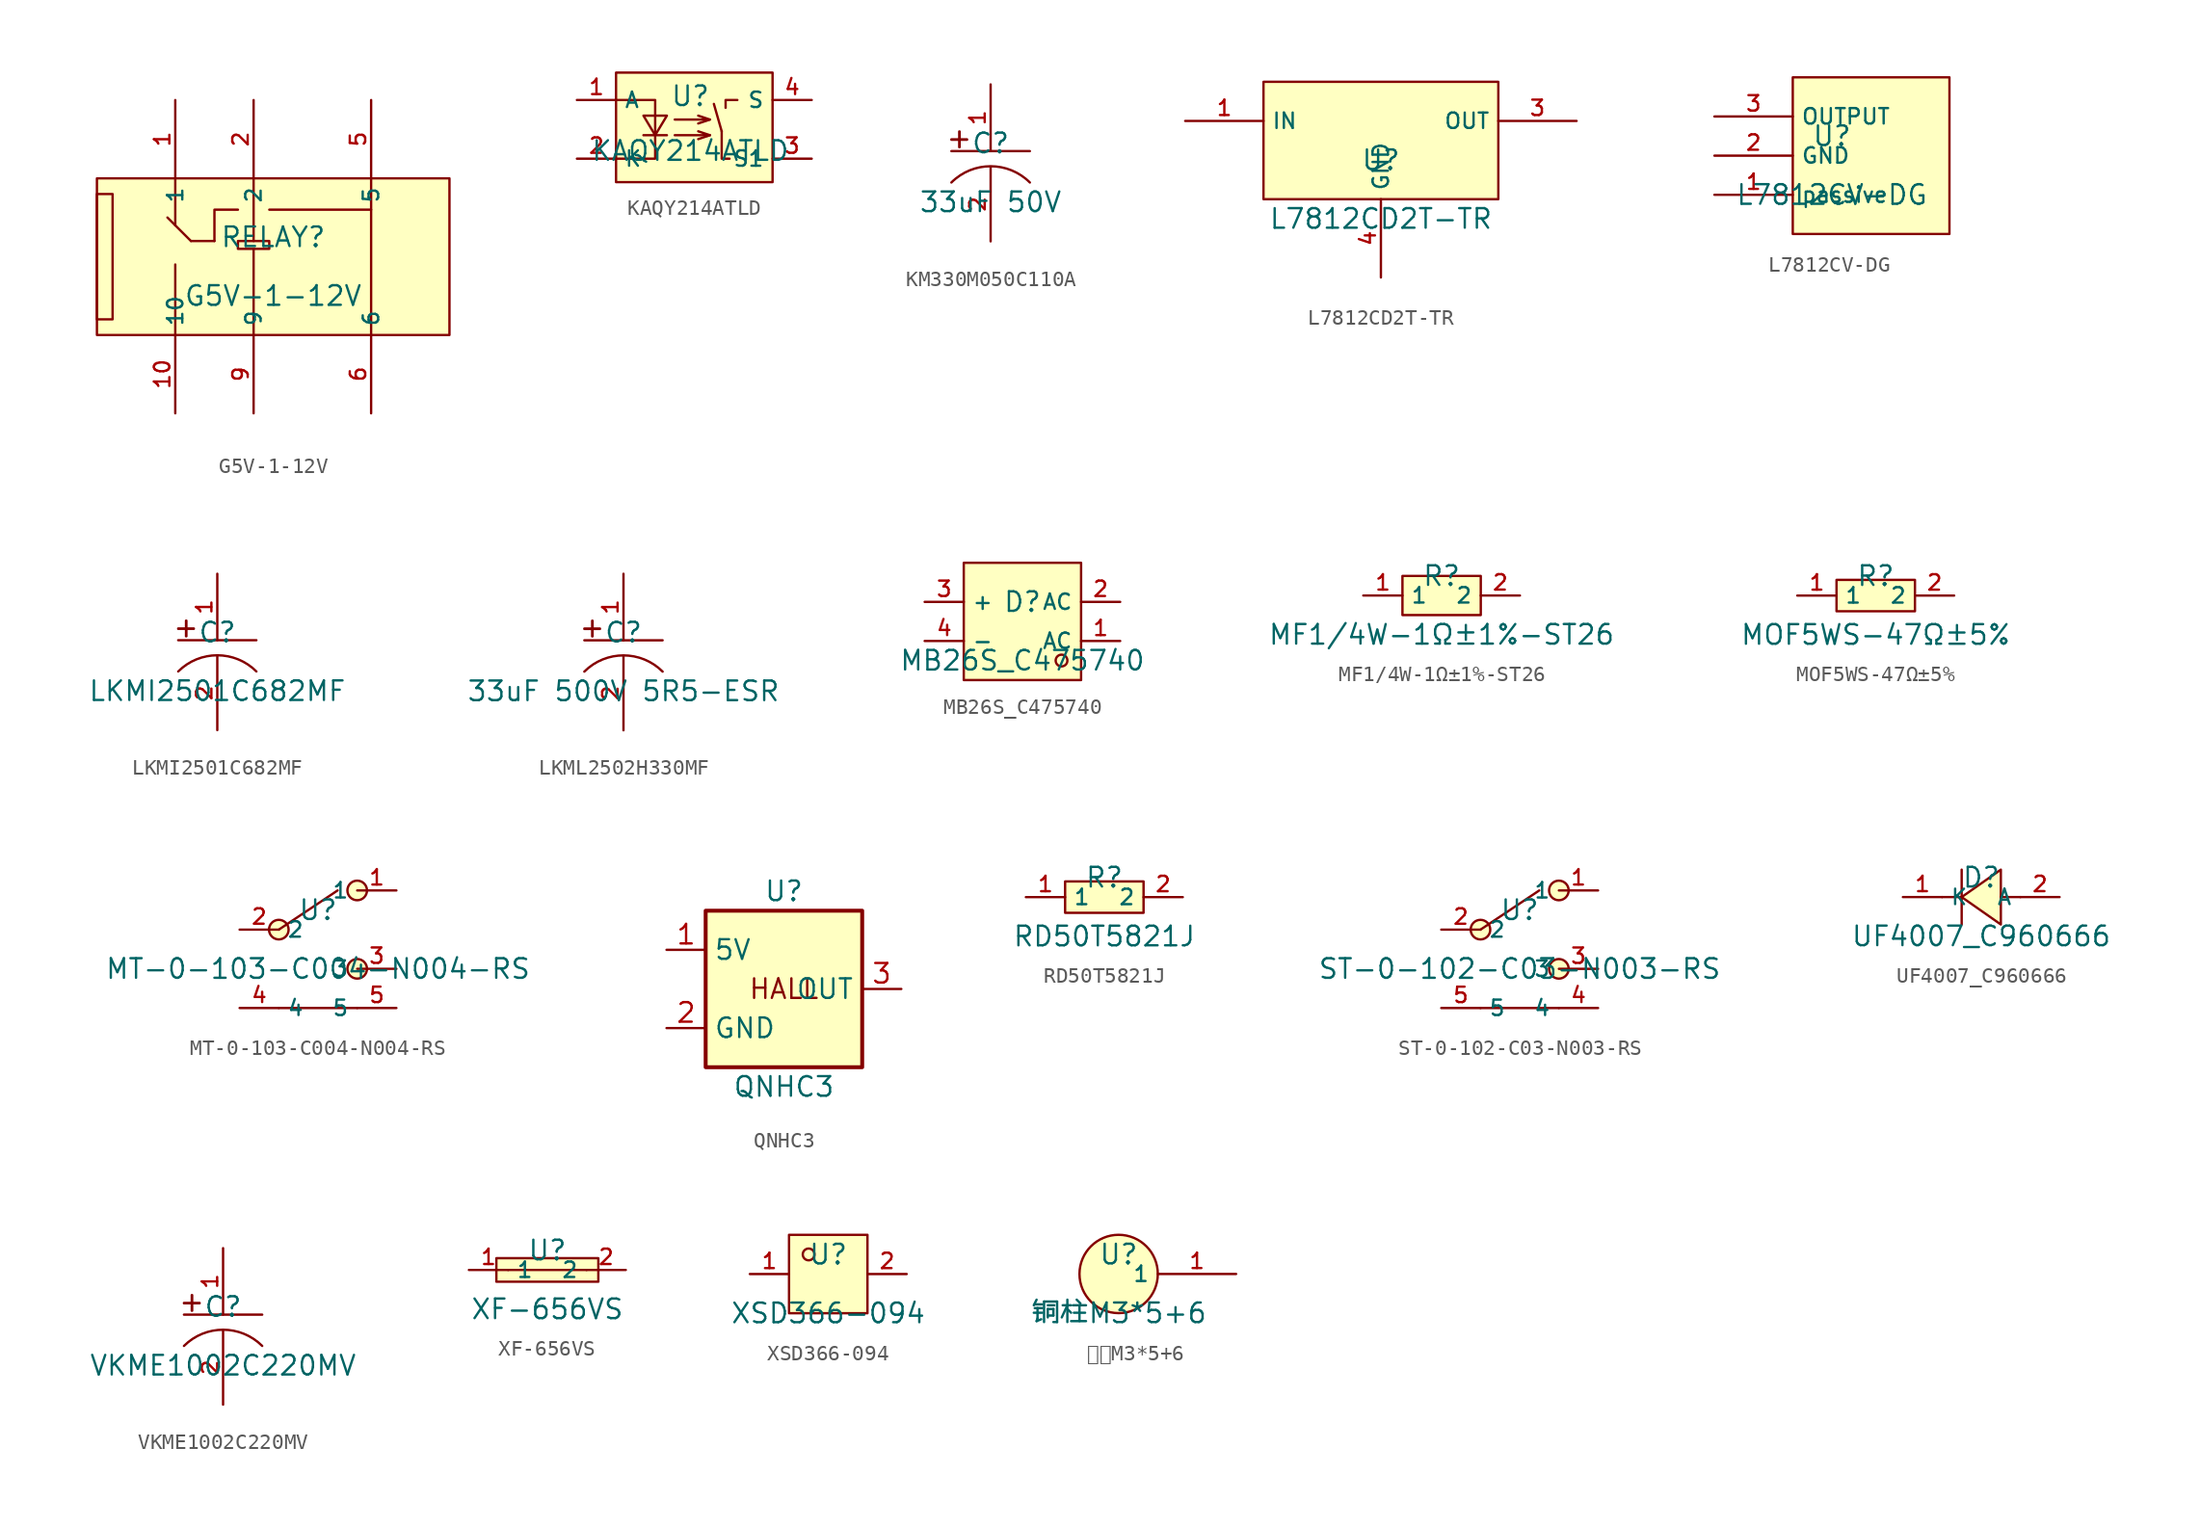
<source format=kicad_sym>
(kicad_symbol_lib
  (version 20241209)
  (generator "kicad_symbol_editor")
  (generator_version "9.0")
  (symbol "G5V-1-12V"
    (property "Reference" "RELAY"
      (at 0 1.27 0)
      (effects (font (size 1.27 1.27))))
    (property "Value" "G5V-1-12V"
      (at 0 -2.54 0)
      (effects (font (size 1.27 1.27))))
    (symbol "G5V-1-12V_0_1"
      (rectangle (start -11.43 5.08) (end 11.43 -5.08) (stroke (width 0) (type default)) (fill (type background)))
      (rectangle (start -11.43 4.064) (end -10.414 -4.064) (stroke (width 0) (type default)) (fill (type background)))
      (polyline (pts (xy -6.858 2.54) (xy -5.334 1.016)) (stroke (width 0) (type default)) (fill (type none)))
      (polyline (pts (xy -6.35 5.08) (xy -6.35 2.032)) (stroke (width 0) (type default)) (fill (type none)))
      (polyline (pts (xy -6.35 -5.08) (xy -6.35 -0.508)) (stroke (width 0) (type default)) (fill (type none)))
      (polyline (pts (xy -3.81 1.016) (xy -5.334 1.016)) (stroke (width 0) (type default)) (fill (type none)))
      (polyline (pts (xy -2.286 3.048) (xy -3.81 3.048) (xy -3.81 1.016)) (stroke (width 0) (type default)) (fill (type none)))
      (polyline (pts (xy -1.27 5.08) (xy -1.27 1.016) (xy -2.286 1.016) (xy -2.286 0.508) (xy -1.27 0.508)) (stroke (width 0) (type default)) (fill (type none)))
      (polyline (pts (xy -1.27 1.016) (xy -0.254 1.016) (xy -0.254 0.508) (xy -1.27 0.508) (xy -1.27 -5.08)) (stroke (width 0) (type default)) (fill (type none)))
      (polyline (pts (xy -0.254 3.048) (xy 6.35 3.048)) (stroke (width 0) (type default)) (fill (type none)))
      (polyline (pts (xy 6.35 5.08) (xy 6.35 -5.08)) (stroke (width 0) (type default)) (fill (type none)))
      (pin input line (at -6.35 10.16 270) (length 5.08) (name "1" (effects (font (size 1 1)))) (number "1" (effects (font (size 1 1)))))
      (pin input line (at -6.35 -10.16 90) (length 5.08) (name "10" (effects (font (size 1 1)))) (number "10" (effects (font (size 1 1)))))
      (pin input line (at -1.27 10.16 270) (length 5.08) (name "2" (effects (font (size 1 1)))) (number "2" (effects (font (size 1 1)))))
      (pin input line (at -1.27 -10.16 90) (length 5.08) (name "9" (effects (font (size 1 1)))) (number "9" (effects (font (size 1 1)))))
      (pin input line (at 6.35 10.16 270) (length 5.08) (name "5" (effects (font (size 1 1)))) (number "5" (effects (font (size 1 1)))))
      (pin input line (at 6.35 -10.16 90) (length 5.08) (name "6" (effects (font (size 1 1)))) (number "6" (effects (font (size 1 1)))))))
  (symbol "KAQY214ATLD"
    (property "Reference" "U"
      (at -0.254 1.524 0)
      (effects (font (size 1.27 1.27))))
    (property "Value" "KAQY214ATLD"
      (at -0.254 -2.032 0)
      (effects (font (size 1.27 1.27))))
    (symbol "KAQY214ATLD_0_1"
      (rectangle (start -5.08 3.048) (end 5.08 -4.064) (stroke (width 0) (type default)) (fill (type background)))
      (polyline (pts (xy -5.08 1.27) (xy -2.54 1.27) (xy -2.54 -2.54) (xy -5.08 -2.54)) (stroke (width 0) (type default)) (fill (type none)))
      (polyline (pts (xy -3.302 0.254) (xy -1.778 0.254) (xy -2.54 -1.016) (xy -3.302 0.254)) (stroke (width 0) (type default)) (fill (type none)))
      (polyline (pts (xy -3.302 -1.016) (xy -1.778 -1.016)) (stroke (width 0) (type default)) (fill (type none)))
      (polyline (pts (xy -1.27 0) (xy 1.016 0) (xy 0.254 0.254)) (stroke (width 0) (type default)) (fill (type none)))
      (polyline (pts (xy -1.27 -1.016) (xy 1.016 -1.016) (xy 0.254 -0.762)) (stroke (width 0) (type default)) (fill (type none)))
      (polyline (pts (xy 1.016 0) (xy 0.254 -0.254)) (stroke (width 0) (type default)) (fill (type none)))
      (polyline (pts (xy 1.016 -1.016) (xy 0.254 -1.27)) (stroke (width 0) (type default)) (fill (type none)))
      (polyline (pts (xy 1.778 -0.762) (xy 1.27 1.016)) (stroke (width 0) (type default)) (fill (type none)))
      (polyline (pts (xy 2.286 -2.54) (xy 1.778 -2.54) (xy 1.778 -0.762)) (stroke (width 0) (type default)) (fill (type none)))
      (polyline (pts (xy 2.794 1.27) (xy 2.032 1.27) (xy 2.032 0.762)) (stroke (width 0) (type default)) (fill (type none)))
      (pin unspecified line (at -7.62 1.27 0) (length 2.54) (name "A" (effects (font (size 1 1)))) (number "1" (effects (font (size 1 1)))))
      (pin unspecified line (at -7.62 -2.54 0) (length 2.54) (name "K" (effects (font (size 1 1)))) (number "2" (effects (font (size 1 1)))))
      (pin unspecified line (at 7.62 1.27 180) (length 2.54) (name "S" (effects (font (size 1 1)))) (number "4" (effects (font (size 1 1)))))
      (pin unspecified line (at 7.62 -2.54 180) (length 2.54) (name "S1" (effects (font (size 1 1)))) (number "3" (effects (font (size 1 1)))))))
  (symbol "KM330M050C110A"
    (property "Reference" "C"
      (at 0 1.27 0)
      (effects (font (size 1.27 1.27))))
    (property "Value" "33uF 50V"
      (at 0 -2.54 0)
      (effects (font (size 1.27 1.27))))
    (symbol "KM330M050C110A_0_1"
      (rectangle (start -2.54 1.524) (end -1.524 1.499) (stroke (width 0) (type default)) (fill (type background)))
      (polyline (pts (xy -2.54 0.762) (xy 2.54 0.762)) (stroke (width 0) (type default)) (fill (type none)))
      (rectangle (start -2.032 2.032) (end -2.007 1.016) (stroke (width 0) (type default)) (fill (type background)))
      (arc (start -2.54 -1.27) (mid 0 -0.2179) (end 2.54 -1.27) (stroke (width 0) (type default)) (fill (type none))))
    (symbol "KM330M050C110A_1_1"
      (pin passive line (at 0 5.08 270) (length 4.318) (name "" (effects (font (size 1 1)))) (number "1" (effects (font (size 1 1)))))
      (pin passive line (at 0 -5.08 90) (length 4.826) (name "" (effects (font (size 1 1)))) (number "2" (effects (font (size 1 1)))))))
  (symbol "L7812CD2T-TR"
    (property "Reference" "U"
      (at 0 1.27 0)
      (effects (font (size 1.27 1.27))))
    (property "Value" "L7812CD2T-TR"
      (at 0 -2.54 0)
      (effects (font (size 1.27 1.27))))
    (symbol "L7812CD2T-TR_0_1"
      (rectangle (start -7.62 6.35) (end 7.62 -1.27) (stroke (width 0) (type default)) (fill (type background)))
      (pin power_in line (at -12.7 3.81 0) (length 5.08) (name "IN" (effects (font (size 1 1)))) (number "1" (effects (font (size 1 1)))))
      (pin power_in line (at 0 -6.35 90) (length 5.08) (name "GND" (effects (font (size 1 1)))) (number "4" (effects (font (size 1 1)))))
      (pin power_in line (at 12.7 3.81 180) (length 5.08) (name "OUT" (effects (font (size 1 1)))) (number "3" (effects (font (size 1 1)))))))
  (symbol "L7812CV-DG"
    (property "Reference" "U"
      (at 0 1.27 0)
      (effects (font (size 1.27 1.27))))
    (property "Value" "L7812CV-DG"
      (at 0 -2.54 0)
      (effects (font (size 1.27 1.27))))
    (symbol "L7812CV-DG_0_1"
      (rectangle (start -2.54 5.08) (end 7.62 -5.08) (stroke (width 0) (type default)) (fill (type background)))
      (pin passive line (at -7.62 2.54 0) (length 5.08) (name "OUTPUT" (effects (font (size 1 1)))) (number "3" (effects (font (size 1 1)))))
      (pin passive line (at -7.62 0 0) (length 5.08) (name "GND" (effects (font (size 1 1)))) (number "2" (effects (font (size 1 1)))))
      (pin passive line (at -7.62 -2.54 0) (length 5.08) (name "passive" (effects (font (size 1 1)))) (number "1" (effects (font (size 1 1)))))))
  (symbol "LKMI2501C682MF"
    (property "Reference" "C"
      (at 0 1.27 0)
      (effects (font (size 1.27 1.27))))
    (property "Value" "LKMI2501C682MF"
      (at 0 -2.54 0)
      (effects (font (size 1.27 1.27))))
    (symbol "LKMI2501C682MF_0_1"
      (rectangle (start -2.54 1.524) (end -1.524 1.499) (stroke (width 0) (type default)) (fill (type background)))
      (polyline (pts (xy -2.54 0.762) (xy 2.54 0.762)) (stroke (width 0) (type default)) (fill (type none)))
      (rectangle (start -2.032 2.032) (end -2.007 1.016) (stroke (width 0) (type default)) (fill (type background)))
      (arc (start -2.54 -1.27) (mid 0 -0.2179) (end 2.54 -1.27) (stroke (width 0) (type default)) (fill (type none))))
    (symbol "LKMI2501C682MF_1_1"
      (pin passive line (at 0 5.08 270) (length 4.318) (name "" (effects (font (size 1 1)))) (number "1" (effects (font (size 1 1)))))
      (pin passive line (at 0 -5.08 90) (length 4.826) (name "" (effects (font (size 1 1)))) (number "2" (effects (font (size 1 1)))))))
  (symbol "LKML2502H330MF"
    (property "Reference" "C"
      (at 0 1.27 0)
      (effects (font (size 1.27 1.27))))
    (property "Value" "33uF 500V 5R5-ESR"
      (at 0 -2.54 0)
      (effects (font (size 1.27 1.27))))
    (symbol "LKML2502H330MF_0_1"
      (rectangle (start -2.54 1.524) (end -1.524 1.499) (stroke (width 0) (type default)) (fill (type background)))
      (polyline (pts (xy -2.54 0.762) (xy 2.54 0.762)) (stroke (width 0) (type default)) (fill (type none)))
      (rectangle (start -2.032 2.032) (end -2.007 1.016) (stroke (width 0) (type default)) (fill (type background)))
      (arc (start -2.54 -1.27) (mid 0 -0.2179) (end 2.54 -1.27) (stroke (width 0) (type default)) (fill (type none))))
    (symbol "LKML2502H330MF_1_1"
      (pin passive line (at 0 5.08 270) (length 4.318) (name "" (effects (font (size 1 1)))) (number "1" (effects (font (size 1 1)))))
      (pin passive line (at 0 -5.08 90) (length 4.826) (name "" (effects (font (size 1 1)))) (number "2" (effects (font (size 1 1)))))))
  (symbol "MB26S_C475740"
    (property "Reference" "D"
      (at 0 1.27 0)
      (effects (font (size 1.27 1.27))))
    (property "Value" "MB26S_C475740"
      (at 0 -2.54 0)
      (effects (font (size 1.27 1.27))))
    (symbol "MB26S_C475740_0_1"
      (rectangle (start -3.81 3.81) (end 3.81 -3.81) (stroke (width 0) (type default)) (fill (type background)))
      (circle (center 2.54 -2.54) (radius 0.381) (stroke (width 0) (type default)) (fill (type background)))
      (pin passive line (at -6.35 1.27 0) (length 2.54) (name "+" (effects (font (size 1 1)))) (number "3" (effects (font (size 1 1)))))
      (pin passive line (at -6.35 -1.27 0) (length 2.54) (name "-" (effects (font (size 1 1)))) (number "4" (effects (font (size 1 1)))))
      (pin passive line (at 6.35 1.27 180) (length 2.54) (name "AC" (effects (font (size 1 1)))) (number "2" (effects (font (size 1 1)))))
      (pin passive line (at 6.35 -1.27 180) (length 2.54) (name "AC" (effects (font (size 1 1)))) (number "1" (effects (font (size 1 1)))))))
  (symbol "MF1/4W-1Ω±1%-ST26"
    (property "Reference" "R"
      (at 0 1.27 0)
      (effects (font (size 1.27 1.27))))
    (property "Value" "MF1{slash}4W-1Ω±1%-ST26"
      (at 0 -2.54 0)
      (effects (font (size 1.27 1.27))))
    (symbol "MF1/4W-1Ω±1%-ST26_0_1"
      (rectangle (start -2.54 1.27) (end 2.54 -1.27) (stroke (width 0) (type default)) (fill (type background)))
      (pin unspecified line (at -5.08 0 0) (length 2.54) (name "1" (effects (font (size 1 1)))) (number "1" (effects (font (size 1 1)))))
      (pin unspecified line (at 5.08 0 180) (length 2.54) (name "2" (effects (font (size 1 1)))) (number "2" (effects (font (size 1 1)))))))
  (symbol "MOF5WS-47Ω±5%"
    (property "Reference" "R"
      (at 0 1.27 0)
      (effects (font (size 1.27 1.27))))
    (property "Value" "MOF5WS-47Ω±5%"
      (at 0 -2.54 0)
      (effects (font (size 1.27 1.27))))
    (symbol "MOF5WS-47Ω±5%_0_1"
      (rectangle (start -2.54 1.016) (end 2.54 -1.016) (stroke (width 0) (type default)) (fill (type background)))
      (pin unspecified line (at -5.08 0 0) (length 2.54) (name "1" (effects (font (size 1 1)))) (number "1" (effects (font (size 1 1)))))
      (pin unspecified line (at 5.08 0 180) (length 2.54) (name "2" (effects (font (size 1 1)))) (number "2" (effects (font (size 1 1)))))))
  (symbol "MT-0-103-C004-N004-RS"
    (property "Reference" "U"
      (at 0 1.27 0)
      (effects (font (size 1.27 1.27))))
    (property "Value" "MT-0-103-C004-N004-RS"
      (at 0 -2.54 0)
      (effects (font (size 1.27 1.27))))
    (symbol "MT-0-103-C004-N004-RS_0_1"
      (circle (center -2.54 0) (radius 0.635) (stroke (width 0) (type default)) (fill (type background)))
      (polyline (pts (xy -2.54 0) (xy 1.27 2.54)) (stroke (width 0) (type default)) (fill (type none)))
      (polyline (pts (xy -2.54 -5.08) (xy 2.54 -5.08)) (stroke (width 0) (type default)) (fill (type none)))
      (circle (center 2.54 2.54) (radius 0.635) (stroke (width 0) (type default)) (fill (type background)))
      (circle (center 2.54 -2.54) (radius 0.635) (stroke (width 0) (type default)) (fill (type background)))
      (pin input line (at -5.08 0 0) (length 2.54) (name "2" (effects (font (size 1 1)))) (number "2" (effects (font (size 1 1)))))
      (pin unspecified line (at -5.08 -5.08 0) (length 2.54) (name "4" (effects (font (size 1 1)))) (number "4" (effects (font (size 1 1)))))
      (pin input line (at 5.08 2.54 180) (length 2.54) (name "1" (effects (font (size 1 1)))) (number "1" (effects (font (size 1 1)))))
      (pin input line (at 5.08 -2.54 180) (length 2.54) (name "3" (effects (font (size 1 1)))) (number "3" (effects (font (size 1 1)))))
      (pin unspecified line (at 5.08 -5.08 180) (length 2.54) (name "5" (effects (font (size 1 1)))) (number "5" (effects (font (size 1 1)))))))
  (symbol "QNHC3"
    (property "Reference" "U"
      (at 0 6.35 0)
      (effects (font (size 1.27 1.27))))
    (property "Value" "QNHC3"
      (at 0 -6.35 0)
      (effects (font (size 1.27 1.27))))
    (symbol "QNHC3_0_1"
      (rectangle (start -5.08 5.08) (end 5.08 -5.08) (stroke (width 0.254) (type default)) (fill (type background)))
      (text "HALL" (at 0 0 0) (effects (font (size 1.27 1.27)))))
    (symbol "QNHC3_1_1"
      (pin passive line (at -7.62 2.54 0) (length 2.54) (name "5V" (effects (font (size 1.27 1.27)))) (number "1" (effects (font (size 1.27 1.27)))))
      (pin passive line (at -7.62 -2.54 0) (length 2.54) (name "GND" (effects (font (size 1.27 1.27)))) (number "2" (effects (font (size 1.27 1.27)))))
      (pin passive line (at 7.62 0 180) (length 2.54) (name "OUT" (effects (font (size 1.27 1.27)))) (number "3" (effects (font (size 1.27 1.27)))))))
  (symbol "RD50T5821J"
    (property "Reference" "R"
      (at 0 1.27 0)
      (effects (font (size 1.27 1.27))))
    (property "Value" "RD50T5821J"
      (at 0 -2.54 0)
      (effects (font (size 1.27 1.27))))
    (symbol "RD50T5821J_0_1"
      (rectangle (start -2.54 1.016) (end 2.54 -1.016) (stroke (width 0) (type default)) (fill (type background)))
      (pin passive line (at -5.08 0 0) (length 2.54) (name "1" (effects (font (size 1 1)))) (number "1" (effects (font (size 1 1)))))
      (pin passive line (at 5.08 0 180) (length 2.54) (name "2" (effects (font (size 1 1)))) (number "2" (effects (font (size 1 1)))))))
  (symbol "ST-0-102-C03-N003-RS"
    (property "Reference" "U"
      (at 0 1.27 0)
      (effects (font (size 1.27 1.27))))
    (property "Value" "ST-0-102-C03-N003-RS"
      (at 0 -2.54 0)
      (effects (font (size 1.27 1.27))))
    (symbol "ST-0-102-C03-N003-RS_0_1"
      (circle (center -2.54 0) (radius 0.635) (stroke (width 0) (type default)) (fill (type background)))
      (polyline (pts (xy -2.54 0) (xy 1.27 2.54)) (stroke (width 0) (type default)) (fill (type none)))
      (polyline (pts (xy -2.54 -5.08) (xy 2.54 -5.08)) (stroke (width 0) (type default)) (fill (type none)))
      (circle (center 2.54 2.54) (radius 0.635) (stroke (width 0) (type default)) (fill (type background)))
      (circle (center 2.54 -2.54) (radius 0.635) (stroke (width 0) (type default)) (fill (type background)))
      (pin input line (at -5.08 0 0) (length 2.54) (name "2" (effects (font (size 1 1)))) (number "2" (effects (font (size 1 1)))))
      (pin unspecified line (at -5.08 -5.08 0) (length 2.54) (name "5" (effects (font (size 1 1)))) (number "5" (effects (font (size 1 1)))))
      (pin input line (at 5.08 2.54 180) (length 2.54) (name "1" (effects (font (size 1 1)))) (number "1" (effects (font (size 1 1)))))
      (pin input line (at 5.08 -2.54 180) (length 2.54) (name "3" (effects (font (size 1 1)))) (number "3" (effects (font (size 1 1)))))
      (pin unspecified line (at 5.08 -5.08 180) (length 2.54) (name "4" (effects (font (size 1 1)))) (number "4" (effects (font (size 1 1)))))))
  (symbol "UF4007_C960666"
    (property "Reference" "D"
      (at 0 1.27 0)
      (effects (font (size 1.27 1.27))))
    (property "Value" "UF4007_C960666"
      (at 0 -2.54 0)
      (effects (font (size 1.27 1.27))))
    (symbol "UF4007_C960666_0_1"
      (polyline (pts (xy -1.27 1.778) (xy -1.27 -1.778)) (stroke (width 0) (type default)) (fill (type none)))
      (polyline (pts (xy -1.27 0) (xy -2.54 0)) (stroke (width 0) (type default)) (fill (type none)))
      (polyline (pts (xy 1.27 1.778) (xy -1.27 0) (xy 1.27 -1.778) (xy 1.27 1.778)) (stroke (width 0) (type default)) (fill (type background)))
      (polyline (pts (xy 2.54 0) (xy 1.27 0)) (stroke (width 0) (type default)) (fill (type none)))
      (pin unspecified line (at -5.08 0 0) (length 2.54) (name "K" (effects (font (size 1 1)))) (number "1" (effects (font (size 1 1)))))
      (pin unspecified line (at 5.08 0 180) (length 2.54) (name "A" (effects (font (size 1 1)))) (number "2" (effects (font (size 1 1)))))))
  (symbol "VKME1002C220MV"
    (property "Reference" "C"
      (at 0 1.27 0)
      (effects (font (size 1.27 1.27))))
    (property "Value" "VKME1002C220MV"
      (at 0 -2.54 0)
      (effects (font (size 1.27 1.27))))
    (symbol "VKME1002C220MV_0_1"
      (rectangle (start -2.54 1.524) (end -1.524 1.499) (stroke (width 0) (type default)) (fill (type background)))
      (polyline (pts (xy -2.54 0.762) (xy 2.54 0.762)) (stroke (width 0) (type default)) (fill (type none)))
      (rectangle (start -2.032 2.032) (end -2.007 1.016) (stroke (width 0) (type default)) (fill (type background)))
      (arc (start -2.54 -1.27) (mid 0 -0.2179) (end 2.54 -1.27) (stroke (width 0) (type default)) (fill (type none))))
    (symbol "VKME1002C220MV_1_1"
      (pin passive line (at 0 5.08 270) (length 4.318) (name "" (effects (font (size 1 1)))) (number "1" (effects (font (size 1 1)))))
      (pin passive line (at 0 -5.08 90) (length 4.826) (name "" (effects (font (size 1 1)))) (number "2" (effects (font (size 1 1)))))))
  (symbol "XF-656VS"
    (property "Reference" "U"
      (at 0 1.27 0)
      (effects (font (size 1.27 1.27))))
    (property "Value" "XF-656VS"
      (at 0 -2.54 0)
      (effects (font (size 1.27 1.27))))
    (symbol "XF-656VS_0_1"
      (rectangle (start -3.302 0.762) (end 3.302 -0.762) (stroke (width 0) (type default)) (fill (type background)))
      (polyline (pts (xy -2.54 0) (xy 2.54 0)) (stroke (width 0) (type default)) (fill (type none)))
      (pin unspecified line (at -5.08 0 0) (length 2.54) (name "1" (effects (font (size 1 1)))) (number "1" (effects (font (size 1 1)))))
      (pin unspecified line (at 5.08 0 180) (length 2.54) (name "2" (effects (font (size 1 1)))) (number "2" (effects (font (size 1 1)))))))
  (symbol "XSD366-094"
    (property "Reference" "U"
      (at 0 1.27 0)
      (effects (font (size 1.27 1.27))))
    (property "Value" "XSD366-094"
      (at 0 -2.54 0)
      (effects (font (size 1.27 1.27))))
    (symbol "XSD366-094_0_1"
      (rectangle (start -2.54 2.54) (end 2.54 -2.54) (stroke (width 0) (type default)) (fill (type background)))
      (circle (center -1.27 1.27) (radius 0.381) (stroke (width 0) (type default)) (fill (type background))))
    (symbol "XSD366-094_1_1"
      (pin free line (at -5.08 0 0) (length 2.54) (name "" (effects (font (size 1 1)))) (number "1" (effects (font (size 1 1)))))
      (pin free line (at 5.08 0 180) (length 2.54) (name "" (effects (font (size 1 1)))) (number "2" (effects (font (size 1 1)))))))
  (symbol "铜柱M3*5+6"
    (property "Reference" "U"
      (at 0 1.27 0)
      (effects (font (size 1.27 1.27))))
    (property "Value" "铜柱M3*5+6"
      (at 0 -2.54 0)
      (effects (font (size 1.27 1.27))))
    (symbol "铜柱M3*5+6_0_1"
      (circle (center 0 0) (radius 2.54) (stroke (width 0) (type default)) (fill (type background)))
      (pin unspecified line (at 7.62 0 180) (length 5.08) (name "1" (effects (font (size 1 1)))) (number "1" (effects (font (size 1 1))))))))
</source>
